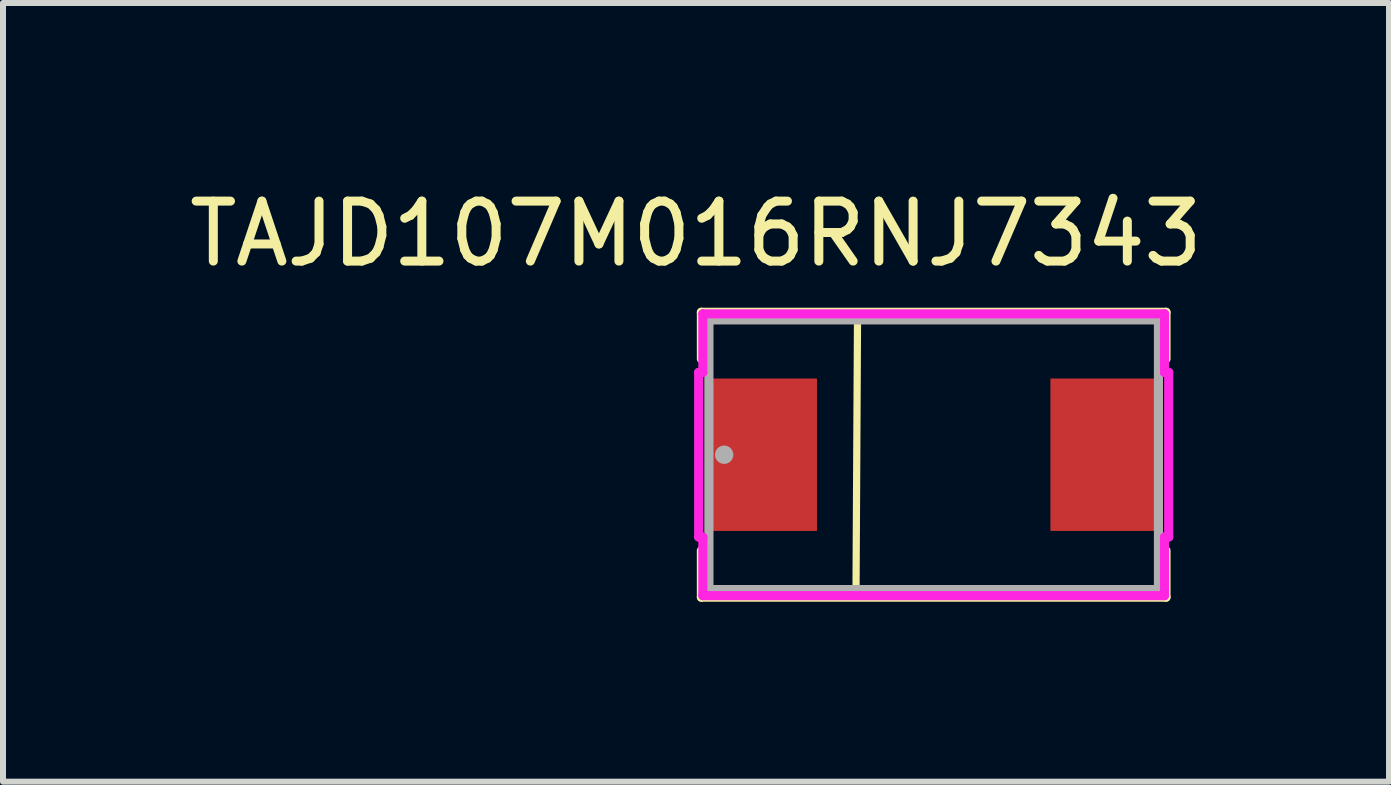
<source format=kicad_pcb>
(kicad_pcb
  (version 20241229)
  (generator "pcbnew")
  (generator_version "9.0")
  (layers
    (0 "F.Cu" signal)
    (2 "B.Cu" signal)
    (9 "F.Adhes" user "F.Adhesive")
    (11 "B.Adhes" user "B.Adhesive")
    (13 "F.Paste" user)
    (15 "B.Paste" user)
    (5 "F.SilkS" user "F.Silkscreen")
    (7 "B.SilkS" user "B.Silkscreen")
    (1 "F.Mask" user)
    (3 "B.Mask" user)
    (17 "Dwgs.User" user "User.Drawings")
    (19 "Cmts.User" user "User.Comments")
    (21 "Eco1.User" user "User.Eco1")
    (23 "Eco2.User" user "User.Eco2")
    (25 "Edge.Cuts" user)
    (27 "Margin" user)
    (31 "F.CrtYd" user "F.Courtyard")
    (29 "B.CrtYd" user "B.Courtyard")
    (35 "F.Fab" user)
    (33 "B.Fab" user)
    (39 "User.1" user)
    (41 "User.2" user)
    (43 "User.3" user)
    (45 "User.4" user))
  (footprint "TAJD107M016RNJ7343"
    (layer "F.Cu")
    (at 12.516 4.531)
    (property "Reference" "TAJD107M016RNJ7343" (at -3.962 -3.683 0) (layer "F.SilkS") (effects (font (size 1 1) (thickness 0.15))))
    (attr through_hole)
    (fp_line (start -3.873 -2.375) (end -3.873 -1.598) (stroke (width 0.152) (type solid)) (layer "F.SilkS"))
    (fp_line (start -3.873 1.598) (end -3.873 2.375) (stroke (width 0.152) (type solid)) (layer "F.SilkS"))
    (fp_line (start -3.873 2.375) (end 3.873 2.375) (stroke (width 0.152) (type solid)) (layer "F.SilkS"))
    (fp_line (start -1.295 2.286) (end -1.27 -2.261) (stroke (width 0.12) (type solid)) (layer "F.SilkS"))
    (fp_line (start 3.873 -2.375) (end -3.873 -2.375) (stroke (width 0.152) (type solid)) (layer "F.SilkS"))
    (fp_line (start 3.873 -1.598) (end 3.873 -2.375) (stroke (width 0.152) (type solid)) (layer "F.SilkS"))
    (fp_line (start 3.873 2.375) (end 3.873 1.598) (stroke (width 0.152) (type solid)) (layer "F.SilkS"))
    (fp_line (start -3.918 -1.372) (end -3.848 -1.372) (stroke (width 0.152) (type solid)) (layer "F.CrtYd"))
    (fp_line (start -3.918 1.372) (end -3.918 -1.372) (stroke (width 0.152) (type solid)) (layer "F.CrtYd"))
    (fp_line (start -3.848 -2.349) (end 3.848 -2.349) (stroke (width 0.152) (type solid)) (layer "F.CrtYd"))
    (fp_line (start -3.848 -1.372) (end -3.848 -2.349) (stroke (width 0.152) (type solid)) (layer "F.CrtYd"))
    (fp_line (start -3.848 1.372) (end -3.918 1.372) (stroke (width 0.152) (type solid)) (layer "F.CrtYd"))
    (fp_line (start -3.848 2.349) (end -3.848 1.372) (stroke (width 0.152) (type solid)) (layer "F.CrtYd"))
    (fp_line (start 3.848 -2.349) (end 3.848 -1.372) (stroke (width 0.152) (type solid)) (layer "F.CrtYd"))
    (fp_line (start 3.848 -1.372) (end 3.918 -1.372) (stroke (width 0.152) (type solid)) (layer "F.CrtYd"))
    (fp_line (start 3.848 1.372) (end 3.848 2.349) (stroke (width 0.152) (type solid)) (layer "F.CrtYd"))
    (fp_line (start 3.848 2.349) (end -3.848 2.349) (stroke (width 0.152) (type solid)) (layer "F.CrtYd"))
    (fp_line (start 3.918 -1.372) (end 3.918 1.372) (stroke (width 0.152) (type solid)) (layer "F.CrtYd"))
    (fp_line (start 3.918 1.372) (end 3.848 1.372) (stroke (width 0.152) (type solid)) (layer "F.CrtYd"))
    (fp_line (start -3.747 -2.248) (end -3.747 2.248) (stroke (width 0.152) (type solid)) (layer "F.Fab"))
    (fp_line (start -3.747 2.248) (end 3.747 2.248) (stroke (width 0.152) (type solid)) (layer "F.Fab"))
    (fp_line (start 3.747 -2.248) (end -3.747 -2.248) (stroke (width 0.152) (type solid)) (layer "F.Fab"))
    (fp_line (start 3.747 2.248) (end 3.747 -2.248) (stroke (width 0.152) (type solid)) (layer "F.Fab"))
    (fp_circle (center -3.493 0) (end -3.416 0) (stroke (width 0.152) (type solid)) (fill no) (layer "F.Fab"))
    (pad "1" smd rect (at -2.881 0 90) (size 2.541 1.87) (layers "F.Cu" "F.Mask" "F.Paste"))
    (pad "2" smd rect (at 2.881 0 90) (size 2.541 1.87) (layers "F.Cu" "F.Mask" "F.Paste")))
  (gr_rect
    (start -3 -3)
    (end 20.107 9.982)
    (stroke (width 0.1) (type default))
    (fill no)
    (layer "Edge.Cuts")))
</source>
